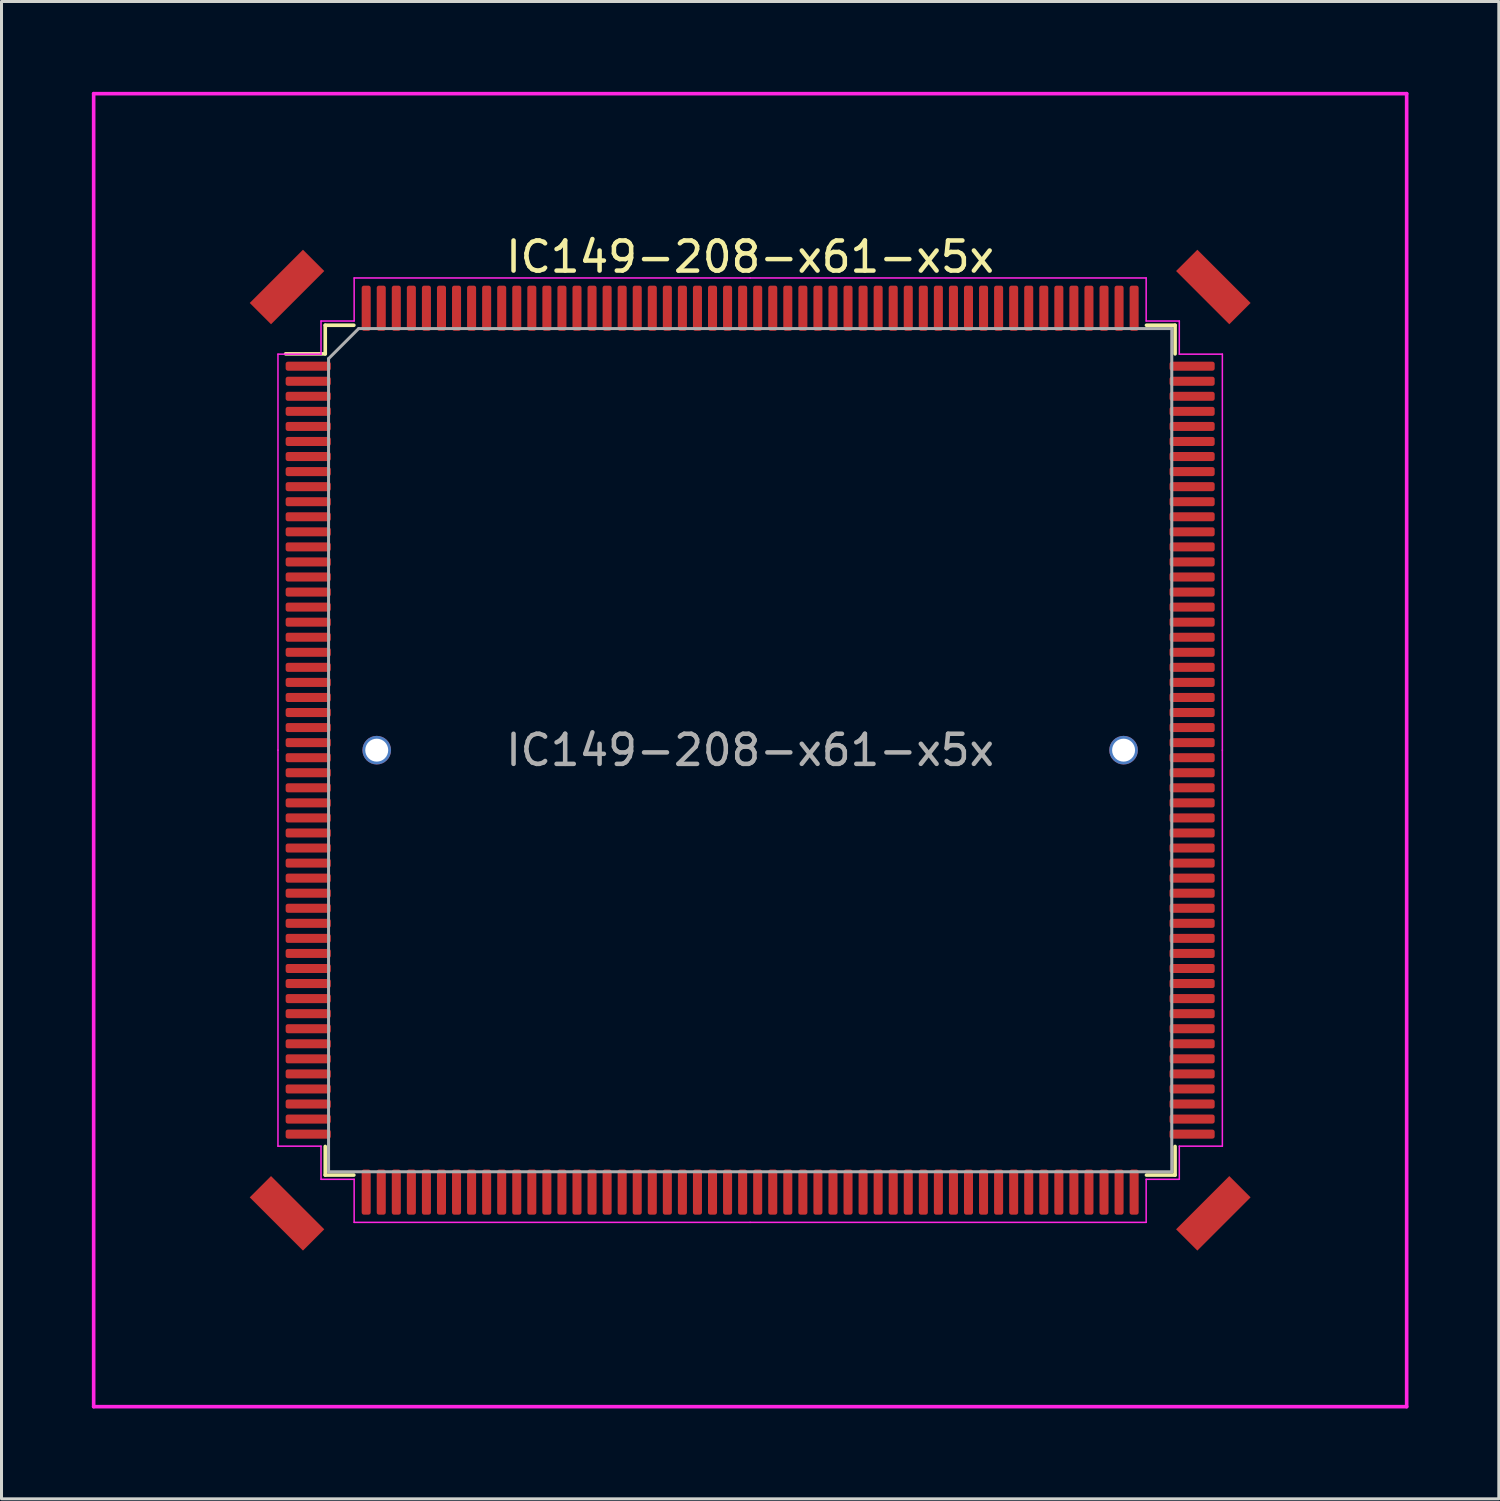
<source format=kicad_pcb>
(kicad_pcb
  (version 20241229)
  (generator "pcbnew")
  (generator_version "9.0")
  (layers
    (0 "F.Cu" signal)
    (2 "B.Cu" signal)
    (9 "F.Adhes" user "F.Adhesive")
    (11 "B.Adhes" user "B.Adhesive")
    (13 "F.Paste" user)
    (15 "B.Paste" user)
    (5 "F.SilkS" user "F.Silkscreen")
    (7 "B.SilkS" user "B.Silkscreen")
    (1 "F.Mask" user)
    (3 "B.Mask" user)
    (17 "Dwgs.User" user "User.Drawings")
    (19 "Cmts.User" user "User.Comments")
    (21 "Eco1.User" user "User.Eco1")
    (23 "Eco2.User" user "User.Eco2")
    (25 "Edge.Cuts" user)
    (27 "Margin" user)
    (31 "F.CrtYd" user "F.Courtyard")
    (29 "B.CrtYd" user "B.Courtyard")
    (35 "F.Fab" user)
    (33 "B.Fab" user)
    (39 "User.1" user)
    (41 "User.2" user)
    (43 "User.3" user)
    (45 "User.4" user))
  (footprint "IC149-208-x61-x5x"
    (layer "F.Cu")
    (at 21.86 21.86)
    (property "Reference" "IC149-208-x61-x5x" (at 0 -16.38 0) (layer "F.SilkS") (effects (font (size 1 1) (thickness 0.15))))
    (attr smd)
    (fp_line (start -14.11 -14.11) (end -14.11 -13.16) (stroke (width 0.12) (type solid)) (layer "F.SilkS"))
    (fp_line (start -14.11 -13.16) (end -15.425 -13.16) (stroke (width 0.12) (type solid)) (layer "F.SilkS"))
    (fp_line (start -14.11 14.11) (end -14.11 13.16) (stroke (width 0.12) (type solid)) (layer "F.SilkS"))
    (fp_line (start -13.16 -14.11) (end -14.11 -14.11) (stroke (width 0.12) (type solid)) (layer "F.SilkS"))
    (fp_line (start -13.16 14.11) (end -14.11 14.11) (stroke (width 0.12) (type solid)) (layer "F.SilkS"))
    (fp_line (start 13.16 -14.11) (end 14.11 -14.11) (stroke (width 0.12) (type solid)) (layer "F.SilkS"))
    (fp_line (start 13.16 14.11) (end 14.11 14.11) (stroke (width 0.12) (type solid)) (layer "F.SilkS"))
    (fp_line (start 14.11 -14.11) (end 14.11 -13.16) (stroke (width 0.12) (type solid)) (layer "F.SilkS"))
    (fp_line (start 14.11 14.11) (end 14.11 13.16) (stroke (width 0.12) (type solid)) (layer "F.SilkS"))
    (fp_line (start -21.8 -21.8) (end 21.8 -21.8) (stroke (width 0.12) (type solid)) (layer "F.CrtYd"))
    (fp_line (start -21.8 21.8) (end -21.8 -21.8) (stroke (width 0.12) (type solid)) (layer "F.CrtYd"))
    (fp_line (start -15.68 -13.15) (end -15.68 0) (stroke (width 0.05) (type solid)) (layer "F.CrtYd"))
    (fp_line (start -15.68 13.15) (end -15.68 0) (stroke (width 0.05) (type solid)) (layer "F.CrtYd"))
    (fp_line (start -14.25 -14.25) (end -14.25 -13.15) (stroke (width 0.05) (type solid)) (layer "F.CrtYd"))
    (fp_line (start -14.25 -13.15) (end -15.68 -13.15) (stroke (width 0.05) (type solid)) (layer "F.CrtYd"))
    (fp_line (start -14.25 13.15) (end -15.68 13.15) (stroke (width 0.05) (type solid)) (layer "F.CrtYd"))
    (fp_line (start -14.25 14.25) (end -14.25 13.15) (stroke (width 0.05) (type solid)) (layer "F.CrtYd"))
    (fp_line (start -13.15 -15.68) (end -13.15 -14.25) (stroke (width 0.05) (type solid)) (layer "F.CrtYd"))
    (fp_line (start -13.15 -14.25) (end -14.25 -14.25) (stroke (width 0.05) (type solid)) (layer "F.CrtYd"))
    (fp_line (start -13.15 14.25) (end -14.25 14.25) (stroke (width 0.05) (type solid)) (layer "F.CrtYd"))
    (fp_line (start -13.15 15.68) (end -13.15 14.25) (stroke (width 0.05) (type solid)) (layer "F.CrtYd"))
    (fp_line (start 0 -15.68) (end -13.15 -15.68) (stroke (width 0.05) (type solid)) (layer "F.CrtYd"))
    (fp_line (start 0 -15.68) (end 13.15 -15.68) (stroke (width 0.05) (type solid)) (layer "F.CrtYd"))
    (fp_line (start 0 15.68) (end -13.15 15.68) (stroke (width 0.05) (type solid)) (layer "F.CrtYd"))
    (fp_line (start 0 15.68) (end 13.15 15.68) (stroke (width 0.05) (type solid)) (layer "F.CrtYd"))
    (fp_line (start 13.15 -15.68) (end 13.15 -14.25) (stroke (width 0.05) (type solid)) (layer "F.CrtYd"))
    (fp_line (start 13.15 -14.25) (end 14.25 -14.25) (stroke (width 0.05) (type solid)) (layer "F.CrtYd"))
    (fp_line (start 13.15 14.25) (end 14.25 14.25) (stroke (width 0.05) (type solid)) (layer "F.CrtYd"))
    (fp_line (start 13.15 15.68) (end 13.15 14.25) (stroke (width 0.05) (type solid)) (layer "F.CrtYd"))
    (fp_line (start 14.25 -14.25) (end 14.25 -13.15) (stroke (width 0.05) (type solid)) (layer "F.CrtYd"))
    (fp_line (start 14.25 -13.15) (end 15.68 -13.15) (stroke (width 0.05) (type solid)) (layer "F.CrtYd"))
    (fp_line (start 14.25 13.15) (end 15.68 13.15) (stroke (width 0.05) (type solid)) (layer "F.CrtYd"))
    (fp_line (start 14.25 14.25) (end 14.25 13.15) (stroke (width 0.05) (type solid)) (layer "F.CrtYd"))
    (fp_line (start 15.68 -13.15) (end 15.68 0) (stroke (width 0.05) (type solid)) (layer "F.CrtYd"))
    (fp_line (start 15.68 13.15) (end 15.68 0) (stroke (width 0.05) (type solid)) (layer "F.CrtYd"))
    (fp_line (start 21.8 -21.8) (end 21.8 21.8) (stroke (width 0.12) (type solid)) (layer "F.CrtYd"))
    (fp_line (start 21.8 21.8) (end -21.8 21.8) (stroke (width 0.12) (type solid)) (layer "F.CrtYd"))
    (fp_line (start -14 -13) (end -13 -14) (stroke (width 0.1) (type solid)) (layer "F.Fab"))
    (fp_line (start -14 14) (end -14 -13) (stroke (width 0.1) (type solid)) (layer "F.Fab"))
    (fp_line (start -13 -14) (end 14 -14) (stroke (width 0.1) (type solid)) (layer "F.Fab"))
    (fp_line (start 14 -14) (end 14 14) (stroke (width 0.1) (type solid)) (layer "F.Fab"))
    (fp_line (start 14 14) (end -14 14) (stroke (width 0.1) (type solid)) (layer "F.Fab"))
    (fp_text user "${REFERENCE}" (at 0 0 0) (layer "F.Fab") (effects (font (size 1 1) (thickness 0.15))))
    (pad "" smd rect (at -15.38 -15.38 45) (size 2.5 1) (layers "F.Cu" "F.Mask" "F.Paste"))
    (pad "" smd rect (at -15.38 15.38 315) (size 2.5 1) (layers "F.Cu" "F.Mask" "F.Paste"))
    (pad "" np_thru_hole circle (at -12.4 0) (size 0.95 0.95) (drill 0.762) (layers "*.Cu" "*.Mask"))
    (pad "" np_thru_hole circle (at 12.4 0) (size 0.95 0.95) (drill 0.762) (layers "*.Cu" "*.Mask"))
    (pad "" smd rect (at 15.38 -15.38 315) (size 2.5 1) (layers "F.Cu" "F.Mask" "F.Paste"))
    (pad "" smd rect (at 15.38 15.38 45) (size 2.5 1) (layers "F.Cu" "F.Mask" "F.Paste"))
    (pad "1" smd roundrect (at -14.675 -12.75) (size 1.5 0.3) (layers "F.Cu" "F.Mask" "F.Paste") (roundrect_rratio 0.25))
    (pad "2" smd roundrect (at -14.675 -12.25) (size 1.5 0.3) (layers "F.Cu" "F.Mask" "F.Paste") (roundrect_rratio 0.25))
    (pad "3" smd roundrect (at -14.675 -11.75) (size 1.5 0.3) (layers "F.Cu" "F.Mask" "F.Paste") (roundrect_rratio 0.25))
    (pad "4" smd roundrect (at -14.675 -11.25) (size 1.5 0.3) (layers "F.Cu" "F.Mask" "F.Paste") (roundrect_rratio 0.25))
    (pad "5" smd roundrect (at -14.675 -10.75) (size 1.5 0.3) (layers "F.Cu" "F.Mask" "F.Paste") (roundrect_rratio 0.25))
    (pad "6" smd roundrect (at -14.675 -10.25) (size 1.5 0.3) (layers "F.Cu" "F.Mask" "F.Paste") (roundrect_rratio 0.25))
    (pad "7" smd roundrect (at -14.675 -9.75) (size 1.5 0.3) (layers "F.Cu" "F.Mask" "F.Paste") (roundrect_rratio 0.25))
    (pad "8" smd roundrect (at -14.675 -9.25) (size 1.5 0.3) (layers "F.Cu" "F.Mask" "F.Paste") (roundrect_rratio 0.25))
    (pad "9" smd roundrect (at -14.675 -8.75) (size 1.5 0.3) (layers "F.Cu" "F.Mask" "F.Paste") (roundrect_rratio 0.25))
    (pad "10" smd roundrect (at -14.675 -8.25) (size 1.5 0.3) (layers "F.Cu" "F.Mask" "F.Paste") (roundrect_rratio 0.25))
    (pad "11" smd roundrect (at -14.675 -7.75) (size 1.5 0.3) (layers "F.Cu" "F.Mask" "F.Paste") (roundrect_rratio 0.25))
    (pad "12" smd roundrect (at -14.675 -7.25) (size 1.5 0.3) (layers "F.Cu" "F.Mask" "F.Paste") (roundrect_rratio 0.25))
    (pad "13" smd roundrect (at -14.675 -6.75) (size 1.5 0.3) (layers "F.Cu" "F.Mask" "F.Paste") (roundrect_rratio 0.25))
    (pad "14" smd roundrect (at -14.675 -6.25) (size 1.5 0.3) (layers "F.Cu" "F.Mask" "F.Paste") (roundrect_rratio 0.25))
    (pad "15" smd roundrect (at -14.675 -5.75) (size 1.5 0.3) (layers "F.Cu" "F.Mask" "F.Paste") (roundrect_rratio 0.25))
    (pad "16" smd roundrect (at -14.675 -5.25) (size 1.5 0.3) (layers "F.Cu" "F.Mask" "F.Paste") (roundrect_rratio 0.25))
    (pad "17" smd roundrect (at -14.675 -4.75) (size 1.5 0.3) (layers "F.Cu" "F.Mask" "F.Paste") (roundrect_rratio 0.25))
    (pad "18" smd roundrect (at -14.675 -4.25) (size 1.5 0.3) (layers "F.Cu" "F.Mask" "F.Paste") (roundrect_rratio 0.25))
    (pad "19" smd roundrect (at -14.675 -3.75) (size 1.5 0.3) (layers "F.Cu" "F.Mask" "F.Paste") (roundrect_rratio 0.25))
    (pad "20" smd roundrect (at -14.675 -3.25) (size 1.5 0.3) (layers "F.Cu" "F.Mask" "F.Paste") (roundrect_rratio 0.25))
    (pad "21" smd roundrect (at -14.675 -2.75) (size 1.5 0.3) (layers "F.Cu" "F.Mask" "F.Paste") (roundrect_rratio 0.25))
    (pad "22" smd roundrect (at -14.675 -2.25) (size 1.5 0.3) (layers "F.Cu" "F.Mask" "F.Paste") (roundrect_rratio 0.25))
    (pad "23" smd roundrect (at -14.675 -1.75) (size 1.5 0.3) (layers "F.Cu" "F.Mask" "F.Paste") (roundrect_rratio 0.25))
    (pad "24" smd roundrect (at -14.675 -1.25) (size 1.5 0.3) (layers "F.Cu" "F.Mask" "F.Paste") (roundrect_rratio 0.25))
    (pad "25" smd roundrect (at -14.675 -0.75) (size 1.5 0.3) (layers "F.Cu" "F.Mask" "F.Paste") (roundrect_rratio 0.25))
    (pad "26" smd roundrect (at -14.675 -0.25) (size 1.5 0.3) (layers "F.Cu" "F.Mask" "F.Paste") (roundrect_rratio 0.25))
    (pad "27" smd roundrect (at -14.675 0.25) (size 1.5 0.3) (layers "F.Cu" "F.Mask" "F.Paste") (roundrect_rratio 0.25))
    (pad "28" smd roundrect (at -14.675 0.75) (size 1.5 0.3) (layers "F.Cu" "F.Mask" "F.Paste") (roundrect_rratio 0.25))
    (pad "29" smd roundrect (at -14.675 1.25) (size 1.5 0.3) (layers "F.Cu" "F.Mask" "F.Paste") (roundrect_rratio 0.25))
    (pad "30" smd roundrect (at -14.675 1.75) (size 1.5 0.3) (layers "F.Cu" "F.Mask" "F.Paste") (roundrect_rratio 0.25))
    (pad "31" smd roundrect (at -14.675 2.25) (size 1.5 0.3) (layers "F.Cu" "F.Mask" "F.Paste") (roundrect_rratio 0.25))
    (pad "32" smd roundrect (at -14.675 2.75) (size 1.5 0.3) (layers "F.Cu" "F.Mask" "F.Paste") (roundrect_rratio 0.25))
    (pad "33" smd roundrect (at -14.675 3.25) (size 1.5 0.3) (layers "F.Cu" "F.Mask" "F.Paste") (roundrect_rratio 0.25))
    (pad "34" smd roundrect (at -14.675 3.75) (size 1.5 0.3) (layers "F.Cu" "F.Mask" "F.Paste") (roundrect_rratio 0.25))
    (pad "35" smd roundrect (at -14.675 4.25) (size 1.5 0.3) (layers "F.Cu" "F.Mask" "F.Paste") (roundrect_rratio 0.25))
    (pad "36" smd roundrect (at -14.675 4.75) (size 1.5 0.3) (layers "F.Cu" "F.Mask" "F.Paste") (roundrect_rratio 0.25))
    (pad "37" smd roundrect (at -14.675 5.25) (size 1.5 0.3) (layers "F.Cu" "F.Mask" "F.Paste") (roundrect_rratio 0.25))
    (pad "38" smd roundrect (at -14.675 5.75) (size 1.5 0.3) (layers "F.Cu" "F.Mask" "F.Paste") (roundrect_rratio 0.25))
    (pad "39" smd roundrect (at -14.675 6.25) (size 1.5 0.3) (layers "F.Cu" "F.Mask" "F.Paste") (roundrect_rratio 0.25))
    (pad "40" smd roundrect (at -14.675 6.75) (size 1.5 0.3) (layers "F.Cu" "F.Mask" "F.Paste") (roundrect_rratio 0.25))
    (pad "41" smd roundrect (at -14.675 7.25) (size 1.5 0.3) (layers "F.Cu" "F.Mask" "F.Paste") (roundrect_rratio 0.25))
    (pad "42" smd roundrect (at -14.675 7.75) (size 1.5 0.3) (layers "F.Cu" "F.Mask" "F.Paste") (roundrect_rratio 0.25))
    (pad "43" smd roundrect (at -14.675 8.25) (size 1.5 0.3) (layers "F.Cu" "F.Mask" "F.Paste") (roundrect_rratio 0.25))
    (pad "44" smd roundrect (at -14.675 8.75) (size 1.5 0.3) (layers "F.Cu" "F.Mask" "F.Paste") (roundrect_rratio 0.25))
    (pad "45" smd roundrect (at -14.675 9.25) (size 1.5 0.3) (layers "F.Cu" "F.Mask" "F.Paste") (roundrect_rratio 0.25))
    (pad "46" smd roundrect (at -14.675 9.75) (size 1.5 0.3) (layers "F.Cu" "F.Mask" "F.Paste") (roundrect_rratio 0.25))
    (pad "47" smd roundrect (at -14.675 10.25) (size 1.5 0.3) (layers "F.Cu" "F.Mask" "F.Paste") (roundrect_rratio 0.25))
    (pad "48" smd roundrect (at -14.675 10.75) (size 1.5 0.3) (layers "F.Cu" "F.Mask" "F.Paste") (roundrect_rratio 0.25))
    (pad "49" smd roundrect (at -14.675 11.25) (size 1.5 0.3) (layers "F.Cu" "F.Mask" "F.Paste") (roundrect_rratio 0.25))
    (pad "50" smd roundrect (at -14.675 11.75) (size 1.5 0.3) (layers "F.Cu" "F.Mask" "F.Paste") (roundrect_rratio 0.25))
    (pad "51" smd roundrect (at -14.675 12.25) (size 1.5 0.3) (layers "F.Cu" "F.Mask" "F.Paste") (roundrect_rratio 0.25))
    (pad "52" smd roundrect (at -14.675 12.75) (size 1.5 0.3) (layers "F.Cu" "F.Mask" "F.Paste") (roundrect_rratio 0.25))
    (pad "53" smd roundrect (at -12.75 14.675) (size 0.3 1.5) (layers "F.Cu" "F.Mask" "F.Paste") (roundrect_rratio 0.25))
    (pad "54" smd roundrect (at -12.25 14.675) (size 0.3 1.5) (layers "F.Cu" "F.Mask" "F.Paste") (roundrect_rratio 0.25))
    (pad "55" smd roundrect (at -11.75 14.675) (size 0.3 1.5) (layers "F.Cu" "F.Mask" "F.Paste") (roundrect_rratio 0.25))
    (pad "56" smd roundrect (at -11.25 14.675) (size 0.3 1.5) (layers "F.Cu" "F.Mask" "F.Paste") (roundrect_rratio 0.25))
    (pad "57" smd roundrect (at -10.75 14.675) (size 0.3 1.5) (layers "F.Cu" "F.Mask" "F.Paste") (roundrect_rratio 0.25))
    (pad "58" smd roundrect (at -10.25 14.675) (size 0.3 1.5) (layers "F.Cu" "F.Mask" "F.Paste") (roundrect_rratio 0.25))
    (pad "59" smd roundrect (at -9.75 14.675) (size 0.3 1.5) (layers "F.Cu" "F.Mask" "F.Paste") (roundrect_rratio 0.25))
    (pad "60" smd roundrect (at -9.25 14.675) (size 0.3 1.5) (layers "F.Cu" "F.Mask" "F.Paste") (roundrect_rratio 0.25))
    (pad "61" smd roundrect (at -8.75 14.675) (size 0.3 1.5) (layers "F.Cu" "F.Mask" "F.Paste") (roundrect_rratio 0.25))
    (pad "62" smd roundrect (at -8.25 14.675) (size 0.3 1.5) (layers "F.Cu" "F.Mask" "F.Paste") (roundrect_rratio 0.25))
    (pad "63" smd roundrect (at -7.75 14.675) (size 0.3 1.5) (layers "F.Cu" "F.Mask" "F.Paste") (roundrect_rratio 0.25))
    (pad "64" smd roundrect (at -7.25 14.675) (size 0.3 1.5) (layers "F.Cu" "F.Mask" "F.Paste") (roundrect_rratio 0.25))
    (pad "65" smd roundrect (at -6.75 14.675) (size 0.3 1.5) (layers "F.Cu" "F.Mask" "F.Paste") (roundrect_rratio 0.25))
    (pad "66" smd roundrect (at -6.25 14.675) (size 0.3 1.5) (layers "F.Cu" "F.Mask" "F.Paste") (roundrect_rratio 0.25))
    (pad "67" smd roundrect (at -5.75 14.675) (size 0.3 1.5) (layers "F.Cu" "F.Mask" "F.Paste") (roundrect_rratio 0.25))
    (pad "68" smd roundrect (at -5.25 14.675) (size 0.3 1.5) (layers "F.Cu" "F.Mask" "F.Paste") (roundrect_rratio 0.25))
    (pad "69" smd roundrect (at -4.75 14.675) (size 0.3 1.5) (layers "F.Cu" "F.Mask" "F.Paste") (roundrect_rratio 0.25))
    (pad "70" smd roundrect (at -4.25 14.675) (size 0.3 1.5) (layers "F.Cu" "F.Mask" "F.Paste") (roundrect_rratio 0.25))
    (pad "71" smd roundrect (at -3.75 14.675) (size 0.3 1.5) (layers "F.Cu" "F.Mask" "F.Paste") (roundrect_rratio 0.25))
    (pad "72" smd roundrect (at -3.25 14.675) (size 0.3 1.5) (layers "F.Cu" "F.Mask" "F.Paste") (roundrect_rratio 0.25))
    (pad "73" smd roundrect (at -2.75 14.675) (size 0.3 1.5) (layers "F.Cu" "F.Mask" "F.Paste") (roundrect_rratio 0.25))
    (pad "74" smd roundrect (at -2.25 14.675) (size 0.3 1.5) (layers "F.Cu" "F.Mask" "F.Paste") (roundrect_rratio 0.25))
    (pad "75" smd roundrect (at -1.75 14.675) (size 0.3 1.5) (layers "F.Cu" "F.Mask" "F.Paste") (roundrect_rratio 0.25))
    (pad "76" smd roundrect (at -1.25 14.675) (size 0.3 1.5) (layers "F.Cu" "F.Mask" "F.Paste") (roundrect_rratio 0.25))
    (pad "77" smd roundrect (at -0.75 14.675) (size 0.3 1.5) (layers "F.Cu" "F.Mask" "F.Paste") (roundrect_rratio 0.25))
    (pad "78" smd roundrect (at -0.25 14.675) (size 0.3 1.5) (layers "F.Cu" "F.Mask" "F.Paste") (roundrect_rratio 0.25))
    (pad "79" smd roundrect (at 0.25 14.675) (size 0.3 1.5) (layers "F.Cu" "F.Mask" "F.Paste") (roundrect_rratio 0.25))
    (pad "80" smd roundrect (at 0.75 14.675) (size 0.3 1.5) (layers "F.Cu" "F.Mask" "F.Paste") (roundrect_rratio 0.25))
    (pad "81" smd roundrect (at 1.25 14.675) (size 0.3 1.5) (layers "F.Cu" "F.Mask" "F.Paste") (roundrect_rratio 0.25))
    (pad "82" smd roundrect (at 1.75 14.675) (size 0.3 1.5) (layers "F.Cu" "F.Mask" "F.Paste") (roundrect_rratio 0.25))
    (pad "83" smd roundrect (at 2.25 14.675) (size 0.3 1.5) (layers "F.Cu" "F.Mask" "F.Paste") (roundrect_rratio 0.25))
    (pad "84" smd roundrect (at 2.75 14.675) (size 0.3 1.5) (layers "F.Cu" "F.Mask" "F.Paste") (roundrect_rratio 0.25))
    (pad "85" smd roundrect (at 3.25 14.675) (size 0.3 1.5) (layers "F.Cu" "F.Mask" "F.Paste") (roundrect_rratio 0.25))
    (pad "86" smd roundrect (at 3.75 14.675) (size 0.3 1.5) (layers "F.Cu" "F.Mask" "F.Paste") (roundrect_rratio 0.25))
    (pad "87" smd roundrect (at 4.25 14.675) (size 0.3 1.5) (layers "F.Cu" "F.Mask" "F.Paste") (roundrect_rratio 0.25))
    (pad "88" smd roundrect (at 4.75 14.675) (size 0.3 1.5) (layers "F.Cu" "F.Mask" "F.Paste") (roundrect_rratio 0.25))
    (pad "89" smd roundrect (at 5.25 14.675) (size 0.3 1.5) (layers "F.Cu" "F.Mask" "F.Paste") (roundrect_rratio 0.25))
    (pad "90" smd roundrect (at 5.75 14.675) (size 0.3 1.5) (layers "F.Cu" "F.Mask" "F.Paste") (roundrect_rratio 0.25))
    (pad "91" smd roundrect (at 6.25 14.675) (size 0.3 1.5) (layers "F.Cu" "F.Mask" "F.Paste") (roundrect_rratio 0.25))
    (pad "92" smd roundrect (at 6.75 14.675) (size 0.3 1.5) (layers "F.Cu" "F.Mask" "F.Paste") (roundrect_rratio 0.25))
    (pad "93" smd roundrect (at 7.25 14.675) (size 0.3 1.5) (layers "F.Cu" "F.Mask" "F.Paste") (roundrect_rratio 0.25))
    (pad "94" smd roundrect (at 7.75 14.675) (size 0.3 1.5) (layers "F.Cu" "F.Mask" "F.Paste") (roundrect_rratio 0.25))
    (pad "95" smd roundrect (at 8.25 14.675) (size 0.3 1.5) (layers "F.Cu" "F.Mask" "F.Paste") (roundrect_rratio 0.25))
    (pad "96" smd roundrect (at 8.75 14.675) (size 0.3 1.5) (layers "F.Cu" "F.Mask" "F.Paste") (roundrect_rratio 0.25))
    (pad "97" smd roundrect (at 9.25 14.675) (size 0.3 1.5) (layers "F.Cu" "F.Mask" "F.Paste") (roundrect_rratio 0.25))
    (pad "98" smd roundrect (at 9.75 14.675) (size 0.3 1.5) (layers "F.Cu" "F.Mask" "F.Paste") (roundrect_rratio 0.25))
    (pad "99" smd roundrect (at 10.25 14.675) (size 0.3 1.5) (layers "F.Cu" "F.Mask" "F.Paste") (roundrect_rratio 0.25))
    (pad "100" smd roundrect (at 10.75 14.675) (size 0.3 1.5) (layers "F.Cu" "F.Mask" "F.Paste") (roundrect_rratio 0.25))
    (pad "101" smd roundrect (at 11.25 14.675) (size 0.3 1.5) (layers "F.Cu" "F.Mask" "F.Paste") (roundrect_rratio 0.25))
    (pad "102" smd roundrect (at 11.75 14.675) (size 0.3 1.5) (layers "F.Cu" "F.Mask" "F.Paste") (roundrect_rratio 0.25))
    (pad "103" smd roundrect (at 12.25 14.675) (size 0.3 1.5) (layers "F.Cu" "F.Mask" "F.Paste") (roundrect_rratio 0.25))
    (pad "104" smd roundrect (at 12.75 14.675) (size 0.3 1.5) (layers "F.Cu" "F.Mask" "F.Paste") (roundrect_rratio 0.25))
    (pad "105" smd roundrect (at 14.675 12.75) (size 1.5 0.3) (layers "F.Cu" "F.Mask" "F.Paste") (roundrect_rratio 0.25))
    (pad "106" smd roundrect (at 14.675 12.25) (size 1.5 0.3) (layers "F.Cu" "F.Mask" "F.Paste") (roundrect_rratio 0.25))
    (pad "107" smd roundrect (at 14.675 11.75) (size 1.5 0.3) (layers "F.Cu" "F.Mask" "F.Paste") (roundrect_rratio 0.25))
    (pad "108" smd roundrect (at 14.675 11.25) (size 1.5 0.3) (layers "F.Cu" "F.Mask" "F.Paste") (roundrect_rratio 0.25))
    (pad "109" smd roundrect (at 14.675 10.75) (size 1.5 0.3) (layers "F.Cu" "F.Mask" "F.Paste") (roundrect_rratio 0.25))
    (pad "110" smd roundrect (at 14.675 10.25) (size 1.5 0.3) (layers "F.Cu" "F.Mask" "F.Paste") (roundrect_rratio 0.25))
    (pad "111" smd roundrect (at 14.675 9.75) (size 1.5 0.3) (layers "F.Cu" "F.Mask" "F.Paste") (roundrect_rratio 0.25))
    (pad "112" smd roundrect (at 14.675 9.25) (size 1.5 0.3) (layers "F.Cu" "F.Mask" "F.Paste") (roundrect_rratio 0.25))
    (pad "113" smd roundrect (at 14.675 8.75) (size 1.5 0.3) (layers "F.Cu" "F.Mask" "F.Paste") (roundrect_rratio 0.25))
    (pad "114" smd roundrect (at 14.675 8.25) (size 1.5 0.3) (layers "F.Cu" "F.Mask" "F.Paste") (roundrect_rratio 0.25))
    (pad "115" smd roundrect (at 14.675 7.75) (size 1.5 0.3) (layers "F.Cu" "F.Mask" "F.Paste") (roundrect_rratio 0.25))
    (pad "116" smd roundrect (at 14.675 7.25) (size 1.5 0.3) (layers "F.Cu" "F.Mask" "F.Paste") (roundrect_rratio 0.25))
    (pad "117" smd roundrect (at 14.675 6.75) (size 1.5 0.3) (layers "F.Cu" "F.Mask" "F.Paste") (roundrect_rratio 0.25))
    (pad "118" smd roundrect (at 14.675 6.25) (size 1.5 0.3) (layers "F.Cu" "F.Mask" "F.Paste") (roundrect_rratio 0.25))
    (pad "119" smd roundrect (at 14.675 5.75) (size 1.5 0.3) (layers "F.Cu" "F.Mask" "F.Paste") (roundrect_rratio 0.25))
    (pad "120" smd roundrect (at 14.675 5.25) (size 1.5 0.3) (layers "F.Cu" "F.Mask" "F.Paste") (roundrect_rratio 0.25))
    (pad "121" smd roundrect (at 14.675 4.75) (size 1.5 0.3) (layers "F.Cu" "F.Mask" "F.Paste") (roundrect_rratio 0.25))
    (pad "122" smd roundrect (at 14.675 4.25) (size 1.5 0.3) (layers "F.Cu" "F.Mask" "F.Paste") (roundrect_rratio 0.25))
    (pad "123" smd roundrect (at 14.675 3.75) (size 1.5 0.3) (layers "F.Cu" "F.Mask" "F.Paste") (roundrect_rratio 0.25))
    (pad "124" smd roundrect (at 14.675 3.25) (size 1.5 0.3) (layers "F.Cu" "F.Mask" "F.Paste") (roundrect_rratio 0.25))
    (pad "125" smd roundrect (at 14.675 2.75) (size 1.5 0.3) (layers "F.Cu" "F.Mask" "F.Paste") (roundrect_rratio 0.25))
    (pad "126" smd roundrect (at 14.675 2.25) (size 1.5 0.3) (layers "F.Cu" "F.Mask" "F.Paste") (roundrect_rratio 0.25))
    (pad "127" smd roundrect (at 14.675 1.75) (size 1.5 0.3) (layers "F.Cu" "F.Mask" "F.Paste") (roundrect_rratio 0.25))
    (pad "128" smd roundrect (at 14.675 1.25) (size 1.5 0.3) (layers "F.Cu" "F.Mask" "F.Paste") (roundrect_rratio 0.25))
    (pad "129" smd roundrect (at 14.675 0.75) (size 1.5 0.3) (layers "F.Cu" "F.Mask" "F.Paste") (roundrect_rratio 0.25))
    (pad "130" smd roundrect (at 14.675 0.25) (size 1.5 0.3) (layers "F.Cu" "F.Mask" "F.Paste") (roundrect_rratio 0.25))
    (pad "131" smd roundrect (at 14.675 -0.25) (size 1.5 0.3) (layers "F.Cu" "F.Mask" "F.Paste") (roundrect_rratio 0.25))
    (pad "132" smd roundrect (at 14.675 -0.75) (size 1.5 0.3) (layers "F.Cu" "F.Mask" "F.Paste") (roundrect_rratio 0.25))
    (pad "133" smd roundrect (at 14.675 -1.25) (size 1.5 0.3) (layers "F.Cu" "F.Mask" "F.Paste") (roundrect_rratio 0.25))
    (pad "134" smd roundrect (at 14.675 -1.75) (size 1.5 0.3) (layers "F.Cu" "F.Mask" "F.Paste") (roundrect_rratio 0.25))
    (pad "135" smd roundrect (at 14.675 -2.25) (size 1.5 0.3) (layers "F.Cu" "F.Mask" "F.Paste") (roundrect_rratio 0.25))
    (pad "136" smd roundrect (at 14.675 -2.75) (size 1.5 0.3) (layers "F.Cu" "F.Mask" "F.Paste") (roundrect_rratio 0.25))
    (pad "137" smd roundrect (at 14.675 -3.25) (size 1.5 0.3) (layers "F.Cu" "F.Mask" "F.Paste") (roundrect_rratio 0.25))
    (pad "138" smd roundrect (at 14.675 -3.75) (size 1.5 0.3) (layers "F.Cu" "F.Mask" "F.Paste") (roundrect_rratio 0.25))
    (pad "139" smd roundrect (at 14.675 -4.25) (size 1.5 0.3) (layers "F.Cu" "F.Mask" "F.Paste") (roundrect_rratio 0.25))
    (pad "140" smd roundrect (at 14.675 -4.75) (size 1.5 0.3) (layers "F.Cu" "F.Mask" "F.Paste") (roundrect_rratio 0.25))
    (pad "141" smd roundrect (at 14.675 -5.25) (size 1.5 0.3) (layers "F.Cu" "F.Mask" "F.Paste") (roundrect_rratio 0.25))
    (pad "142" smd roundrect (at 14.675 -5.75) (size 1.5 0.3) (layers "F.Cu" "F.Mask" "F.Paste") (roundrect_rratio 0.25))
    (pad "143" smd roundrect (at 14.675 -6.25) (size 1.5 0.3) (layers "F.Cu" "F.Mask" "F.Paste") (roundrect_rratio 0.25))
    (pad "144" smd roundrect (at 14.675 -6.75) (size 1.5 0.3) (layers "F.Cu" "F.Mask" "F.Paste") (roundrect_rratio 0.25))
    (pad "145" smd roundrect (at 14.675 -7.25) (size 1.5 0.3) (layers "F.Cu" "F.Mask" "F.Paste") (roundrect_rratio 0.25))
    (pad "146" smd roundrect (at 14.675 -7.75) (size 1.5 0.3) (layers "F.Cu" "F.Mask" "F.Paste") (roundrect_rratio 0.25))
    (pad "147" smd roundrect (at 14.675 -8.25) (size 1.5 0.3) (layers "F.Cu" "F.Mask" "F.Paste") (roundrect_rratio 0.25))
    (pad "148" smd roundrect (at 14.675 -8.75) (size 1.5 0.3) (layers "F.Cu" "F.Mask" "F.Paste") (roundrect_rratio 0.25))
    (pad "149" smd roundrect (at 14.675 -9.25) (size 1.5 0.3) (layers "F.Cu" "F.Mask" "F.Paste") (roundrect_rratio 0.25))
    (pad "150" smd roundrect (at 14.675 -9.75) (size 1.5 0.3) (layers "F.Cu" "F.Mask" "F.Paste") (roundrect_rratio 0.25))
    (pad "151" smd roundrect (at 14.675 -10.25) (size 1.5 0.3) (layers "F.Cu" "F.Mask" "F.Paste") (roundrect_rratio 0.25))
    (pad "152" smd roundrect (at 14.675 -10.75) (size 1.5 0.3) (layers "F.Cu" "F.Mask" "F.Paste") (roundrect_rratio 0.25))
    (pad "153" smd roundrect (at 14.675 -11.25) (size 1.5 0.3) (layers "F.Cu" "F.Mask" "F.Paste") (roundrect_rratio 0.25))
    (pad "154" smd roundrect (at 14.675 -11.75) (size 1.5 0.3) (layers "F.Cu" "F.Mask" "F.Paste") (roundrect_rratio 0.25))
    (pad "155" smd roundrect (at 14.675 -12.25) (size 1.5 0.3) (layers "F.Cu" "F.Mask" "F.Paste") (roundrect_rratio 0.25))
    (pad "156" smd roundrect (at 14.675 -12.75) (size 1.5 0.3) (layers "F.Cu" "F.Mask" "F.Paste") (roundrect_rratio 0.25))
    (pad "157" smd roundrect (at 12.75 -14.675) (size 0.3 1.5) (layers "F.Cu" "F.Mask" "F.Paste") (roundrect_rratio 0.25))
    (pad "158" smd roundrect (at 12.25 -14.675) (size 0.3 1.5) (layers "F.Cu" "F.Mask" "F.Paste") (roundrect_rratio 0.25))
    (pad "159" smd roundrect (at 11.75 -14.675) (size 0.3 1.5) (layers "F.Cu" "F.Mask" "F.Paste") (roundrect_rratio 0.25))
    (pad "160" smd roundrect (at 11.25 -14.675) (size 0.3 1.5) (layers "F.Cu" "F.Mask" "F.Paste") (roundrect_rratio 0.25))
    (pad "161" smd roundrect (at 10.75 -14.675) (size 0.3 1.5) (layers "F.Cu" "F.Mask" "F.Paste") (roundrect_rratio 0.25))
    (pad "162" smd roundrect (at 10.25 -14.675) (size 0.3 1.5) (layers "F.Cu" "F.Mask" "F.Paste") (roundrect_rratio 0.25))
    (pad "163" smd roundrect (at 9.75 -14.675) (size 0.3 1.5) (layers "F.Cu" "F.Mask" "F.Paste") (roundrect_rratio 0.25))
    (pad "164" smd roundrect (at 9.25 -14.675) (size 0.3 1.5) (layers "F.Cu" "F.Mask" "F.Paste") (roundrect_rratio 0.25))
    (pad "165" smd roundrect (at 8.75 -14.675) (size 0.3 1.5) (layers "F.Cu" "F.Mask" "F.Paste") (roundrect_rratio 0.25))
    (pad "166" smd roundrect (at 8.25 -14.675) (size 0.3 1.5) (layers "F.Cu" "F.Mask" "F.Paste") (roundrect_rratio 0.25))
    (pad "167" smd roundrect (at 7.75 -14.675) (size 0.3 1.5) (layers "F.Cu" "F.Mask" "F.Paste") (roundrect_rratio 0.25))
    (pad "168" smd roundrect (at 7.25 -14.675) (size 0.3 1.5) (layers "F.Cu" "F.Mask" "F.Paste") (roundrect_rratio 0.25))
    (pad "169" smd roundrect (at 6.75 -14.675) (size 0.3 1.5) (layers "F.Cu" "F.Mask" "F.Paste") (roundrect_rratio 0.25))
    (pad "170" smd roundrect (at 6.25 -14.675) (size 0.3 1.5) (layers "F.Cu" "F.Mask" "F.Paste") (roundrect_rratio 0.25))
    (pad "171" smd roundrect (at 5.75 -14.675) (size 0.3 1.5) (layers "F.Cu" "F.Mask" "F.Paste") (roundrect_rratio 0.25))
    (pad "172" smd roundrect (at 5.25 -14.675) (size 0.3 1.5) (layers "F.Cu" "F.Mask" "F.Paste") (roundrect_rratio 0.25))
    (pad "173" smd roundrect (at 4.75 -14.675) (size 0.3 1.5) (layers "F.Cu" "F.Mask" "F.Paste") (roundrect_rratio 0.25))
    (pad "174" smd roundrect (at 4.25 -14.675) (size 0.3 1.5) (layers "F.Cu" "F.Mask" "F.Paste") (roundrect_rratio 0.25))
    (pad "175" smd roundrect (at 3.75 -14.675) (size 0.3 1.5) (layers "F.Cu" "F.Mask" "F.Paste") (roundrect_rratio 0.25))
    (pad "176" smd roundrect (at 3.25 -14.675) (size 0.3 1.5) (layers "F.Cu" "F.Mask" "F.Paste") (roundrect_rratio 0.25))
    (pad "177" smd roundrect (at 2.75 -14.675) (size 0.3 1.5) (layers "F.Cu" "F.Mask" "F.Paste") (roundrect_rratio 0.25))
    (pad "178" smd roundrect (at 2.25 -14.675) (size 0.3 1.5) (layers "F.Cu" "F.Mask" "F.Paste") (roundrect_rratio 0.25))
    (pad "179" smd roundrect (at 1.75 -14.675) (size 0.3 1.5) (layers "F.Cu" "F.Mask" "F.Paste") (roundrect_rratio 0.25))
    (pad "180" smd roundrect (at 1.25 -14.675) (size 0.3 1.5) (layers "F.Cu" "F.Mask" "F.Paste") (roundrect_rratio 0.25))
    (pad "181" smd roundrect (at 0.75 -14.675) (size 0.3 1.5) (layers "F.Cu" "F.Mask" "F.Paste") (roundrect_rratio 0.25))
    (pad "182" smd roundrect (at 0.25 -14.675) (size 0.3 1.5) (layers "F.Cu" "F.Mask" "F.Paste") (roundrect_rratio 0.25))
    (pad "183" smd roundrect (at -0.25 -14.675) (size 0.3 1.5) (layers "F.Cu" "F.Mask" "F.Paste") (roundrect_rratio 0.25))
    (pad "184" smd roundrect (at -0.75 -14.675) (size 0.3 1.5) (layers "F.Cu" "F.Mask" "F.Paste") (roundrect_rratio 0.25))
    (pad "185" smd roundrect (at -1.25 -14.675) (size 0.3 1.5) (layers "F.Cu" "F.Mask" "F.Paste") (roundrect_rratio 0.25))
    (pad "186" smd roundrect (at -1.75 -14.675) (size 0.3 1.5) (layers "F.Cu" "F.Mask" "F.Paste") (roundrect_rratio 0.25))
    (pad "187" smd roundrect (at -2.25 -14.675) (size 0.3 1.5) (layers "F.Cu" "F.Mask" "F.Paste") (roundrect_rratio 0.25))
    (pad "188" smd roundrect (at -2.75 -14.675) (size 0.3 1.5) (layers "F.Cu" "F.Mask" "F.Paste") (roundrect_rratio 0.25))
    (pad "189" smd roundrect (at -3.25 -14.675) (size 0.3 1.5) (layers "F.Cu" "F.Mask" "F.Paste") (roundrect_rratio 0.25))
    (pad "190" smd roundrect (at -3.75 -14.675) (size 0.3 1.5) (layers "F.Cu" "F.Mask" "F.Paste") (roundrect_rratio 0.25))
    (pad "191" smd roundrect (at -4.25 -14.675) (size 0.3 1.5) (layers "F.Cu" "F.Mask" "F.Paste") (roundrect_rratio 0.25))
    (pad "192" smd roundrect (at -4.75 -14.675) (size 0.3 1.5) (layers "F.Cu" "F.Mask" "F.Paste") (roundrect_rratio 0.25))
    (pad "193" smd roundrect (at -5.25 -14.675) (size 0.3 1.5) (layers "F.Cu" "F.Mask" "F.Paste") (roundrect_rratio 0.25))
    (pad "194" smd roundrect (at -5.75 -14.675) (size 0.3 1.5) (layers "F.Cu" "F.Mask" "F.Paste") (roundrect_rratio 0.25))
    (pad "195" smd roundrect (at -6.25 -14.675) (size 0.3 1.5) (layers "F.Cu" "F.Mask" "F.Paste") (roundrect_rratio 0.25))
    (pad "196" smd roundrect (at -6.75 -14.675) (size 0.3 1.5) (layers "F.Cu" "F.Mask" "F.Paste") (roundrect_rratio 0.25))
    (pad "197" smd roundrect (at -7.25 -14.675) (size 0.3 1.5) (layers "F.Cu" "F.Mask" "F.Paste") (roundrect_rratio 0.25))
    (pad "198" smd roundrect (at -7.75 -14.675) (size 0.3 1.5) (layers "F.Cu" "F.Mask" "F.Paste") (roundrect_rratio 0.25))
    (pad "199" smd roundrect (at -8.25 -14.675) (size 0.3 1.5) (layers "F.Cu" "F.Mask" "F.Paste") (roundrect_rratio 0.25))
    (pad "200" smd roundrect (at -8.75 -14.675) (size 0.3 1.5) (layers "F.Cu" "F.Mask" "F.Paste") (roundrect_rratio 0.25))
    (pad "201" smd roundrect (at -9.25 -14.675) (size 0.3 1.5) (layers "F.Cu" "F.Mask" "F.Paste") (roundrect_rratio 0.25))
    (pad "202" smd roundrect (at -9.75 -14.675) (size 0.3 1.5) (layers "F.Cu" "F.Mask" "F.Paste") (roundrect_rratio 0.25))
    (pad "203" smd roundrect (at -10.25 -14.675) (size 0.3 1.5) (layers "F.Cu" "F.Mask" "F.Paste") (roundrect_rratio 0.25))
    (pad "204" smd roundrect (at -10.75 -14.675) (size 0.3 1.5) (layers "F.Cu" "F.Mask" "F.Paste") (roundrect_rratio 0.25))
    (pad "205" smd roundrect (at -11.25 -14.675) (size 0.3 1.5) (layers "F.Cu" "F.Mask" "F.Paste") (roundrect_rratio 0.25))
    (pad "206" smd roundrect (at -11.75 -14.675) (size 0.3 1.5) (layers "F.Cu" "F.Mask" "F.Paste") (roundrect_rratio 0.25))
    (pad "207" smd roundrect (at -12.25 -14.675) (size 0.3 1.5) (layers "F.Cu" "F.Mask" "F.Paste") (roundrect_rratio 0.25))
    (pad "208" smd roundrect (at -12.75 -14.675) (size 0.3 1.5) (layers "F.Cu" "F.Mask" "F.Paste") (roundrect_rratio 0.25)))
  (gr_rect
    (start -3 -3)
    (end 46.72 46.72)
    (stroke (width 0.1) (type default))
    (fill no)
    (layer "Edge.Cuts")))
</source>
